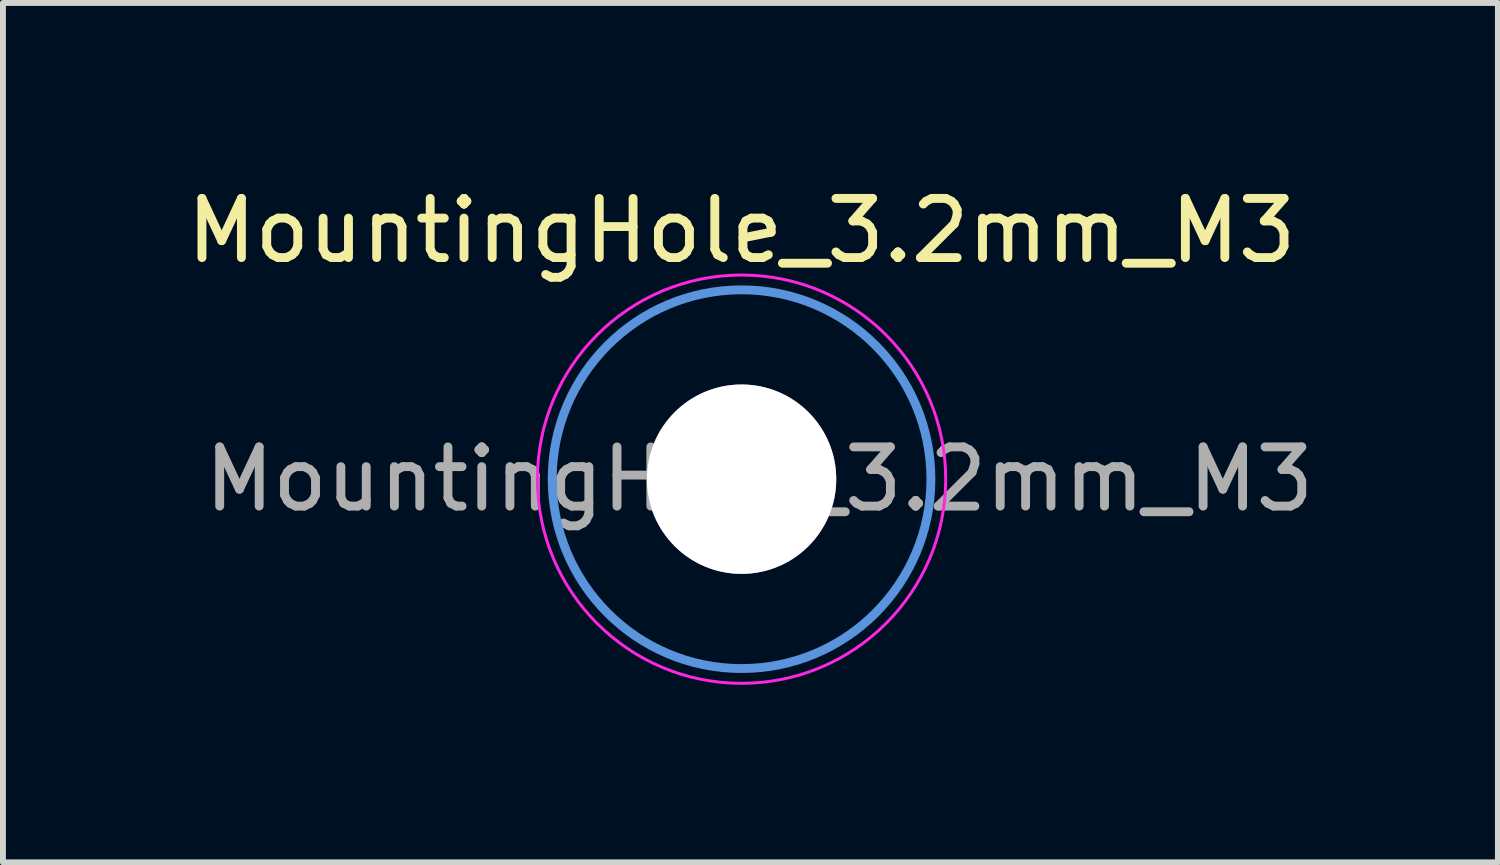
<source format=kicad_pcb>
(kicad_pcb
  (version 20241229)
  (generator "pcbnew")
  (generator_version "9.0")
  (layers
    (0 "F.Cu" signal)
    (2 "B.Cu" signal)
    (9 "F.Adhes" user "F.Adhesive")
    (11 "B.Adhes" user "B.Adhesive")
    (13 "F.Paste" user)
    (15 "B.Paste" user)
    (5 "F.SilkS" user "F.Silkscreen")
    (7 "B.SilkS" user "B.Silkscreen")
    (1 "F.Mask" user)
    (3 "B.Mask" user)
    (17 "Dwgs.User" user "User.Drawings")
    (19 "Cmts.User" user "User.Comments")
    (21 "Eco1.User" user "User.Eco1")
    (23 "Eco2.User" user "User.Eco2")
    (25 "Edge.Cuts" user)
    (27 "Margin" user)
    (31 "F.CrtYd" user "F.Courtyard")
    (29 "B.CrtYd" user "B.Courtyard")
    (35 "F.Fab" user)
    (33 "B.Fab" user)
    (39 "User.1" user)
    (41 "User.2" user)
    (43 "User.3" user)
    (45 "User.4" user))
  (footprint "MountingHole_3.2mm_M3"
    (layer "F.Cu")
    (at 9.482 5.048)
    (property "Reference" "MountingHole_3.2mm_M3" (at 0 -4.2 0) (layer "F.SilkS") (effects (font (size 1 1) (thickness 0.15))))
    (attr exclude_from_pos_files exclude_from_bom)
    (fp_circle (center 0 0) (end 3.2 0) (stroke (width 0.15) (type solid)) (fill no) (layer "Cmts.User"))
    (fp_circle (center 0 0) (end 3.45 0) (stroke (width 0.05) (type solid)) (fill no) (layer "F.CrtYd"))
    (fp_text user "${REFERENCE}" (at 0.3 0 0) (layer "F.Fab") (effects (font (size 1 1) (thickness 0.15))))
    (pad "1" thru_hole circle (at 0 0) (size 3.2 3.2) (drill 3.2) (layers "*.Cu" "*.Mask")))
  (gr_rect
    (start -3 -3)
    (end 22.264 11.523)
    (stroke (width 0.1) (type default))
    (fill no)
    (layer "Edge.Cuts")))
</source>
